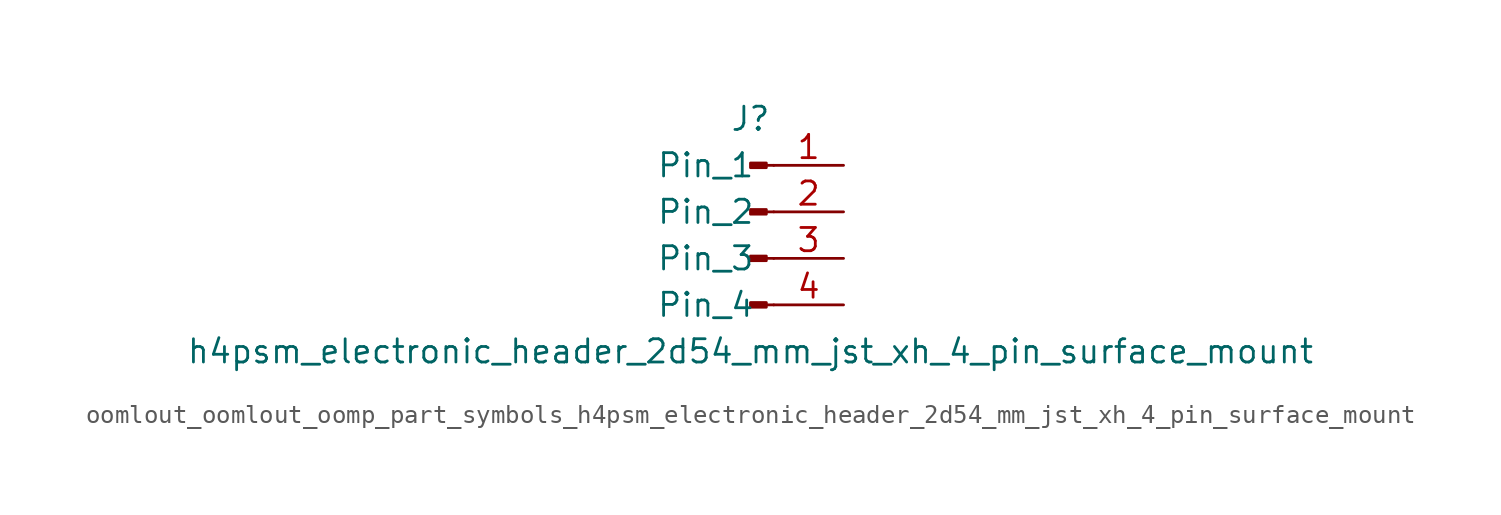
<source format=kicad_sym>
(kicad_symbol_lib
  (version 20220914)
  (generator kicad_symbol_editor)
  (symbol "oomlout_oomlout_oomp_part_symbols_h4psm_electronic_header_2d54_mm_jst_xh_4_pin_surface_mount"
    (pin_names
      (offset 1.016))
    (property "Reference" "J"
      (at 0 5.08 0)
      (effects (font (size 1.27 1.27))))
    (property "Value" "h4psm_electronic_header_2d54_mm_jst_xh_4_pin_surface_mount"
      (at 0 -7.62 0)
      (effects (font (size 1.27 1.27))))
    (property "ki_locked" ""
      (at 0 0 0)
      (effects (font (size 1.27 1.27))))
    (symbol "oomlout_oomlout_oomp_part_symbols_h4psm_electronic_header_2d54_mm_jst_xh_4_pin_surface_mount_1_1"
      (polyline (pts (xy 1.27 -5.08) (xy 0.864 -5.08)) (stroke (width 0.152) (type default)) (fill (type none)))
      (polyline (pts (xy 1.27 -2.54) (xy 0.864 -2.54)) (stroke (width 0.152) (type default)) (fill (type none)))
      (polyline (pts (xy 1.27 0) (xy 0.864 0)) (stroke (width 0.152) (type default)) (fill (type none)))
      (polyline (pts (xy 1.27 2.54) (xy 0.864 2.54)) (stroke (width 0.152) (type default)) (fill (type none)))
      (rectangle (start 0.864 -4.953) (end 0 -5.207) (stroke (width 0.152) (type default)) (fill (type outline)))
      (rectangle (start 0.864 -2.413) (end 0 -2.667) (stroke (width 0.152) (type default)) (fill (type outline)))
      (rectangle (start 0.864 0.127) (end 0 -0.127) (stroke (width 0.152) (type default)) (fill (type outline)))
      (rectangle (start 0.864 2.667) (end 0 2.413) (stroke (width 0.152) (type default)) (fill (type outline)))
      (pin passive line (at 5.08 2.54 180) (length 3.81) (name "Pin_1" (effects (font (size 1.27 1.27)))) (number "1" (effects (font (size 1.27 1.27)))))
      (pin passive line (at 5.08 0 180) (length 3.81) (name "Pin_2" (effects (font (size 1.27 1.27)))) (number "2" (effects (font (size 1.27 1.27)))))
      (pin passive line (at 5.08 -2.54 180) (length 3.81) (name "Pin_3" (effects (font (size 1.27 1.27)))) (number "3" (effects (font (size 1.27 1.27)))))
      (pin passive line (at 5.08 -5.08 180) (length 3.81) (name "Pin_4" (effects (font (size 1.27 1.27)))) (number "4" (effects (font (size 1.27 1.27))))))))
</source>
